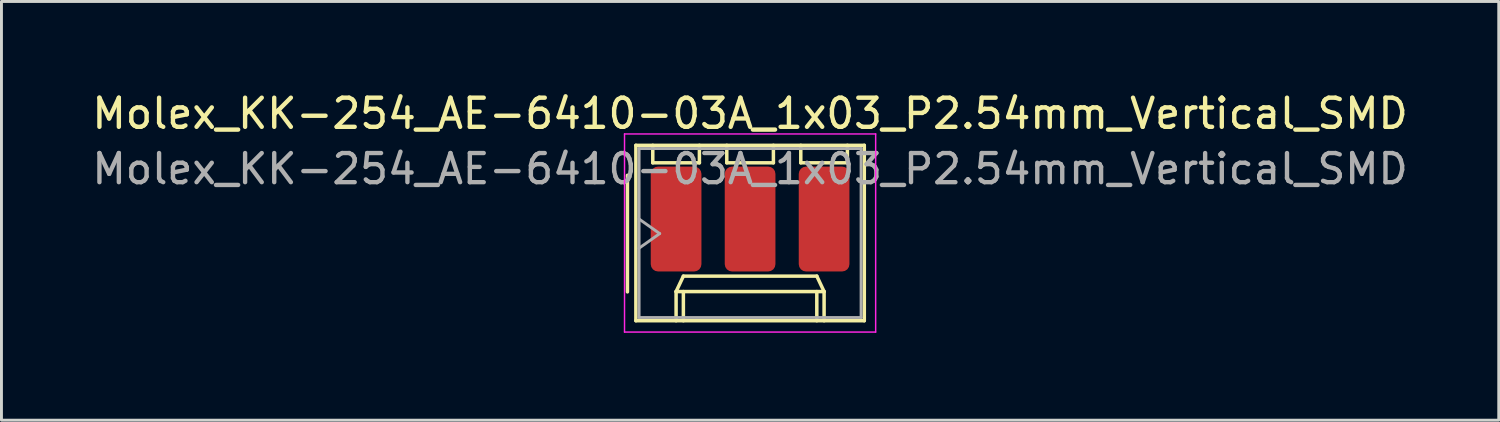
<source format=kicad_pcb>
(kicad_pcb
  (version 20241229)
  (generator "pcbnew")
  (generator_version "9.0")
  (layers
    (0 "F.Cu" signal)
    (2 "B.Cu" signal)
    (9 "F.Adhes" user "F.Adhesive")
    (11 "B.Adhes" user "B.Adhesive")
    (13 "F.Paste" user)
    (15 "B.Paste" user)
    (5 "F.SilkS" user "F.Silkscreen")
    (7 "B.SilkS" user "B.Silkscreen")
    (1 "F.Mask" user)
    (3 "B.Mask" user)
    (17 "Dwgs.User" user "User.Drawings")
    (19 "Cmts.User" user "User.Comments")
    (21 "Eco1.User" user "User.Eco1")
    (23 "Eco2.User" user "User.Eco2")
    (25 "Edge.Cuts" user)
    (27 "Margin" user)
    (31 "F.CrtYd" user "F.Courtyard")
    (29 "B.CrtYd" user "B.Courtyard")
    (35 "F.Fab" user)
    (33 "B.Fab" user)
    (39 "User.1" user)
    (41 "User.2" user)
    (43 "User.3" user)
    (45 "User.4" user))
  (footprint "Molex_KK-254_AE-6410-03A_1x03_P2.54mm_Vertical_SMD"
    (layer "F.Cu")
    (at 20.156 4.968)
    (property "Reference" "Molex_KK-254_AE-6410-03A_1x03_P2.54mm_Vertical_SMD" (at 2.54 -4.12 0) (layer "F.SilkS") (effects (font (size 1 1) (thickness 0.15))))
    (attr through_hole)
    (fp_line (start -1.67 -2) (end -1.67 2) (stroke (width 0.12) (type solid)) (layer "F.SilkS"))
    (fp_line (start -1.38 -3.03) (end -1.38 2.99) (stroke (width 0.12) (type solid)) (layer "F.SilkS"))
    (fp_line (start -1.38 2.99) (end 6.46 2.99) (stroke (width 0.12) (type solid)) (layer "F.SilkS"))
    (fp_line (start -0.8 -3.03) (end -0.8 -2.43) (stroke (width 0.12) (type solid)) (layer "F.SilkS"))
    (fp_line (start -0.8 -2.43) (end 0.8 -2.43) (stroke (width 0.12) (type solid)) (layer "F.SilkS"))
    (fp_line (start 0 1.99) (end 0.25 1.46) (stroke (width 0.12) (type solid)) (layer "F.SilkS"))
    (fp_line (start 0 1.99) (end 5.08 1.99) (stroke (width 0.12) (type solid)) (layer "F.SilkS"))
    (fp_line (start 0 2.99) (end 0 1.99) (stroke (width 0.12) (type solid)) (layer "F.SilkS"))
    (fp_line (start 0.25 1.46) (end 4.83 1.46) (stroke (width 0.12) (type solid)) (layer "F.SilkS"))
    (fp_line (start 0.25 2.99) (end 0.25 1.99) (stroke (width 0.12) (type solid)) (layer "F.SilkS"))
    (fp_line (start 0.8 -2.43) (end 0.8 -3.03) (stroke (width 0.12) (type solid)) (layer "F.SilkS"))
    (fp_line (start 1.74 -3.03) (end 1.74 -2.43) (stroke (width 0.12) (type solid)) (layer "F.SilkS"))
    (fp_line (start 1.74 -2.43) (end 3.34 -2.43) (stroke (width 0.12) (type solid)) (layer "F.SilkS"))
    (fp_line (start 3.34 -2.43) (end 3.34 -3.03) (stroke (width 0.12) (type solid)) (layer "F.SilkS"))
    (fp_line (start 4.28 -3.03) (end 4.28 -2.43) (stroke (width 0.12) (type solid)) (layer "F.SilkS"))
    (fp_line (start 4.28 -2.43) (end 5.88 -2.43) (stroke (width 0.12) (type solid)) (layer "F.SilkS"))
    (fp_line (start 4.83 1.46) (end 5.08 1.99) (stroke (width 0.12) (type solid)) (layer "F.SilkS"))
    (fp_line (start 4.83 2.99) (end 4.83 1.99) (stroke (width 0.12) (type solid)) (layer "F.SilkS"))
    (fp_line (start 5.08 1.99) (end 5.08 2.99) (stroke (width 0.12) (type solid)) (layer "F.SilkS"))
    (fp_line (start 5.88 -2.43) (end 5.88 -3.03) (stroke (width 0.12) (type solid)) (layer "F.SilkS"))
    (fp_line (start 6.46 -3.03) (end -1.38 -3.03) (stroke (width 0.12) (type solid)) (layer "F.SilkS"))
    (fp_line (start 6.46 2.99) (end 6.46 -3.03) (stroke (width 0.12) (type solid)) (layer "F.SilkS"))
    (fp_line (start -1.77 -3.42) (end -1.77 3.38) (stroke (width 0.05) (type solid)) (layer "F.CrtYd"))
    (fp_line (start -1.77 3.38) (end 6.85 3.38) (stroke (width 0.05) (type solid)) (layer "F.CrtYd"))
    (fp_line (start 6.85 -3.42) (end -1.77 -3.42) (stroke (width 0.05) (type solid)) (layer "F.CrtYd"))
    (fp_line (start 6.85 3.38) (end 6.85 -3.42) (stroke (width 0.05) (type solid)) (layer "F.CrtYd"))
    (fp_line (start -1.27 -2.92) (end -1.27 2.88) (stroke (width 0.1) (type solid)) (layer "F.Fab"))
    (fp_line (start -1.27 -0.5) (end -0.563 0) (stroke (width 0.1) (type solid)) (layer "F.Fab"))
    (fp_line (start -1.27 2.88) (end 6.35 2.88) (stroke (width 0.1) (type solid)) (layer "F.Fab"))
    (fp_line (start -0.563 0) (end -1.27 0.5) (stroke (width 0.1) (type solid)) (layer "F.Fab"))
    (fp_line (start 6.35 -2.92) (end -1.27 -2.92) (stroke (width 0.1) (type solid)) (layer "F.Fab"))
    (fp_line (start 6.35 2.88) (end 6.35 -2.92) (stroke (width 0.1) (type solid)) (layer "F.Fab"))
    (fp_text user "${REFERENCE}" (at 2.54 -2.22 0) (layer "F.Fab") (effects (font (size 1 1) (thickness 0.15))))
    (pad "1" smd roundrect (at 0 -0.5) (size 1.74 3.6) (layers "F.Cu" "F.Mask" "F.Paste") (roundrect_rratio 0.144))
    (pad "2" smd roundrect (at 2.54 -0.5) (size 1.74 3.6) (layers "F.Cu" "F.Mask" "F.Paste") (roundrect_rratio 0.144))
    (pad "3" smd roundrect (at 5.08 -0.5) (size 1.74 3.6) (layers "F.Cu" "F.Mask" "F.Paste") (roundrect_rratio 0.144)))
  (gr_rect
    (start -3 -3)
    (end 48.393 11.373)
    (stroke (width 0.1) (type default))
    (fill no)
    (layer "Edge.Cuts")))
</source>
